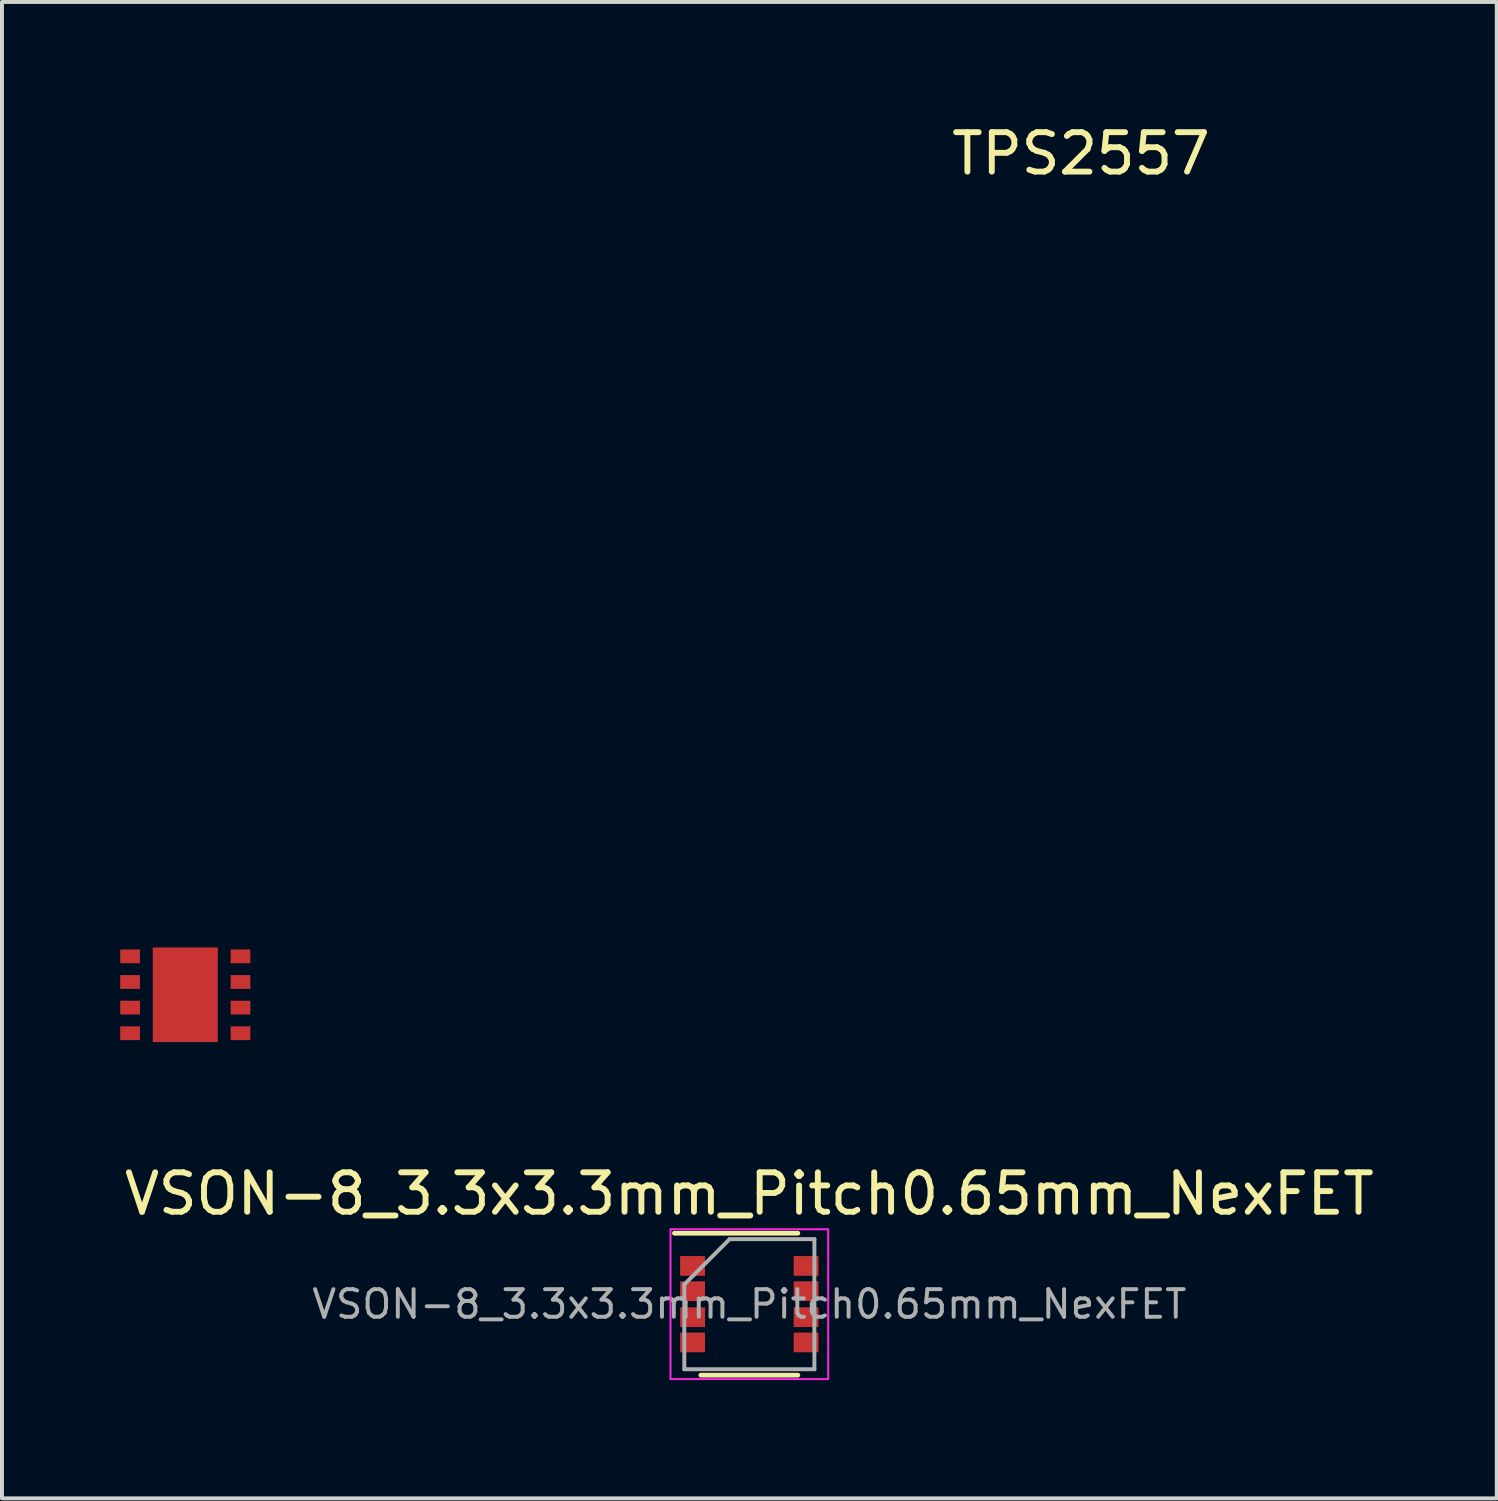
<source format=kicad_pcb>
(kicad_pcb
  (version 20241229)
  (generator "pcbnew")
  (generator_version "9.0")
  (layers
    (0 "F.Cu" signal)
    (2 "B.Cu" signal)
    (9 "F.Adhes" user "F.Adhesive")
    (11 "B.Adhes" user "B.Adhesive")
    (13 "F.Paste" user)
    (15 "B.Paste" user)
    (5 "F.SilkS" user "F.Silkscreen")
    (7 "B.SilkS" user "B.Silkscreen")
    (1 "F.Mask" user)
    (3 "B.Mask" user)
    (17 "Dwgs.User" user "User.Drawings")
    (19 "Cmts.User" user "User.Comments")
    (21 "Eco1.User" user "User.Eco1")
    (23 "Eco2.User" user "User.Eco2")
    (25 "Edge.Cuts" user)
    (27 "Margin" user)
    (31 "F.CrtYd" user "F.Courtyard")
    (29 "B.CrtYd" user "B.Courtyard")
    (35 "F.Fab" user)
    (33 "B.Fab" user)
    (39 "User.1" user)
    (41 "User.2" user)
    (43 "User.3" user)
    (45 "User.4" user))
  (footprint "VSON-8_3.3x3.3mm_Pitch0.65mm_NexFET"
    (layer "F.Cu")
    (at 15.958 30.032)
    (property "Reference" "VSON-8_3.3x3.3mm_Pitch0.65mm_NexFET" (at 0 -2.8 0) (layer "F.SilkS") (effects (font (size 1 1) (thickness 0.15))))
    (attr smd)
    (fp_line (start -1.9 -1.8) (end 1.23 -1.8) (stroke (width 0.12) (type solid)) (layer "F.SilkS"))
    (fp_line (start -1.23 1.8) (end 1.23 1.8) (stroke (width 0.12) (type solid)) (layer "F.SilkS"))
    (fp_line (start -2 -1.9) (end -2 1.9) (stroke (width 0.05) (type solid)) (layer "F.CrtYd"))
    (fp_line (start -2 -1.9) (end 2 -1.9) (stroke (width 0.05) (type solid)) (layer "F.CrtYd"))
    (fp_line (start -2 1.9) (end 2 1.9) (stroke (width 0.05) (type solid)) (layer "F.CrtYd"))
    (fp_line (start 2 -1.9) (end 2 1.9) (stroke (width 0.05) (type solid)) (layer "F.CrtYd"))
    (fp_line (start -1.65 -0.5) (end -0.5 -1.65) (stroke (width 0.1) (type solid)) (layer "F.Fab"))
    (fp_line (start -1.65 1.65) (end -1.65 -0.5) (stroke (width 0.1) (type solid)) (layer "F.Fab"))
    (fp_line (start -0.5 -1.65) (end 1.65 -1.65) (stroke (width 0.1) (type solid)) (layer "F.Fab"))
    (fp_line (start 1.65 -1.65) (end 1.65 1.65) (stroke (width 0.1) (type solid)) (layer "F.Fab"))
    (fp_line (start 1.65 1.65) (end -1.65 1.65) (stroke (width 0.1) (type solid)) (layer "F.Fab"))
    (fp_text user "${REFERENCE}" (at 0 0 0) (layer "F.Fab") (effects (font (size 0.7 0.7) (thickness 0.1))))
    (pad "1" smd rect (at -1.44 -0.97) (size 0.63 0.5) (layers "F.Cu" "F.Mask" "F.Paste"))
    (pad "2" smd rect (at -1.44 -0.33) (size 0.63 0.5) (layers "F.Cu" "F.Mask" "F.Paste"))
    (pad "3" smd rect (at -1.44 0.33) (size 0.63 0.5) (layers "F.Cu" "F.Mask" "F.Paste"))
    (pad "4" smd rect (at -1.44 0.97) (size 0.63 0.5) (layers "F.Cu" "F.Mask" "F.Paste"))
    (pad "5" smd rect (at 1.44 0.97) (size 0.63 0.5) (layers "F.Cu" "F.Mask" "F.Paste"))
    (pad "6" smd rect (at 1.44 0.33) (size 0.63 0.5) (layers "F.Cu" "F.Mask" "F.Paste"))
    (pad "7" smd rect (at 1.44 -0.33) (size 0.63 0.5) (layers "F.Cu" "F.Mask" "F.Paste"))
    (pad "8" smd rect (at 1.44 -0.97) (size 0.63 0.5) (layers "F.Cu" "F.Mask" "F.Paste")))
  (footprint "TPS2557"
    (layer "F.Cu")
    (at 0.25 21.209)
    (property "Reference" "TPS2557" (at 24.12 -20.361 0) (layer "F.SilkS") (effects (font (size 1 1) (thickness 0.15))))
    (attr through_hole)
    (pad "1" smd rect (at 0 0) (size 0.5 0.35) (layers "F.Cu" "F.Mask" "F.Paste"))
    (pad "1" smd rect (at 1.4 0.975) (size 1.65 2.4) (layers "F.Cu" "F.Mask" "F.Paste"))
    (pad "2" smd rect (at 0 0.65) (size 0.5 0.35) (layers "F.Cu" "F.Mask" "F.Paste"))
    (pad "3" smd rect (at 0 1.3) (size 0.5 0.35) (layers "F.Cu" "F.Mask" "F.Paste"))
    (pad "4" smd rect (at 0 1.95) (size 0.5 0.35) (layers "F.Cu" "F.Mask" "F.Paste"))
    (pad "5" smd rect (at 2.8 1.95) (size 0.5 0.35) (layers "F.Cu" "F.Mask" "F.Paste"))
    (pad "6" smd rect (at 2.8 1.3) (size 0.5 0.35) (layers "F.Cu" "F.Mask" "F.Paste"))
    (pad "7" smd rect (at 2.8 0.65) (size 0.5 0.35) (layers "F.Cu" "F.Mask" "F.Paste"))
    (pad "8" smd rect (at 2.8 0) (size 0.5 0.35) (layers "F.Cu" "F.Mask" "F.Paste")))
  (gr_rect
    (start -3 -3)
    (end 34.917 34.957)
    (stroke (width 0.1) (type default))
    (fill no)
    (layer "Edge.Cuts")))
</source>
